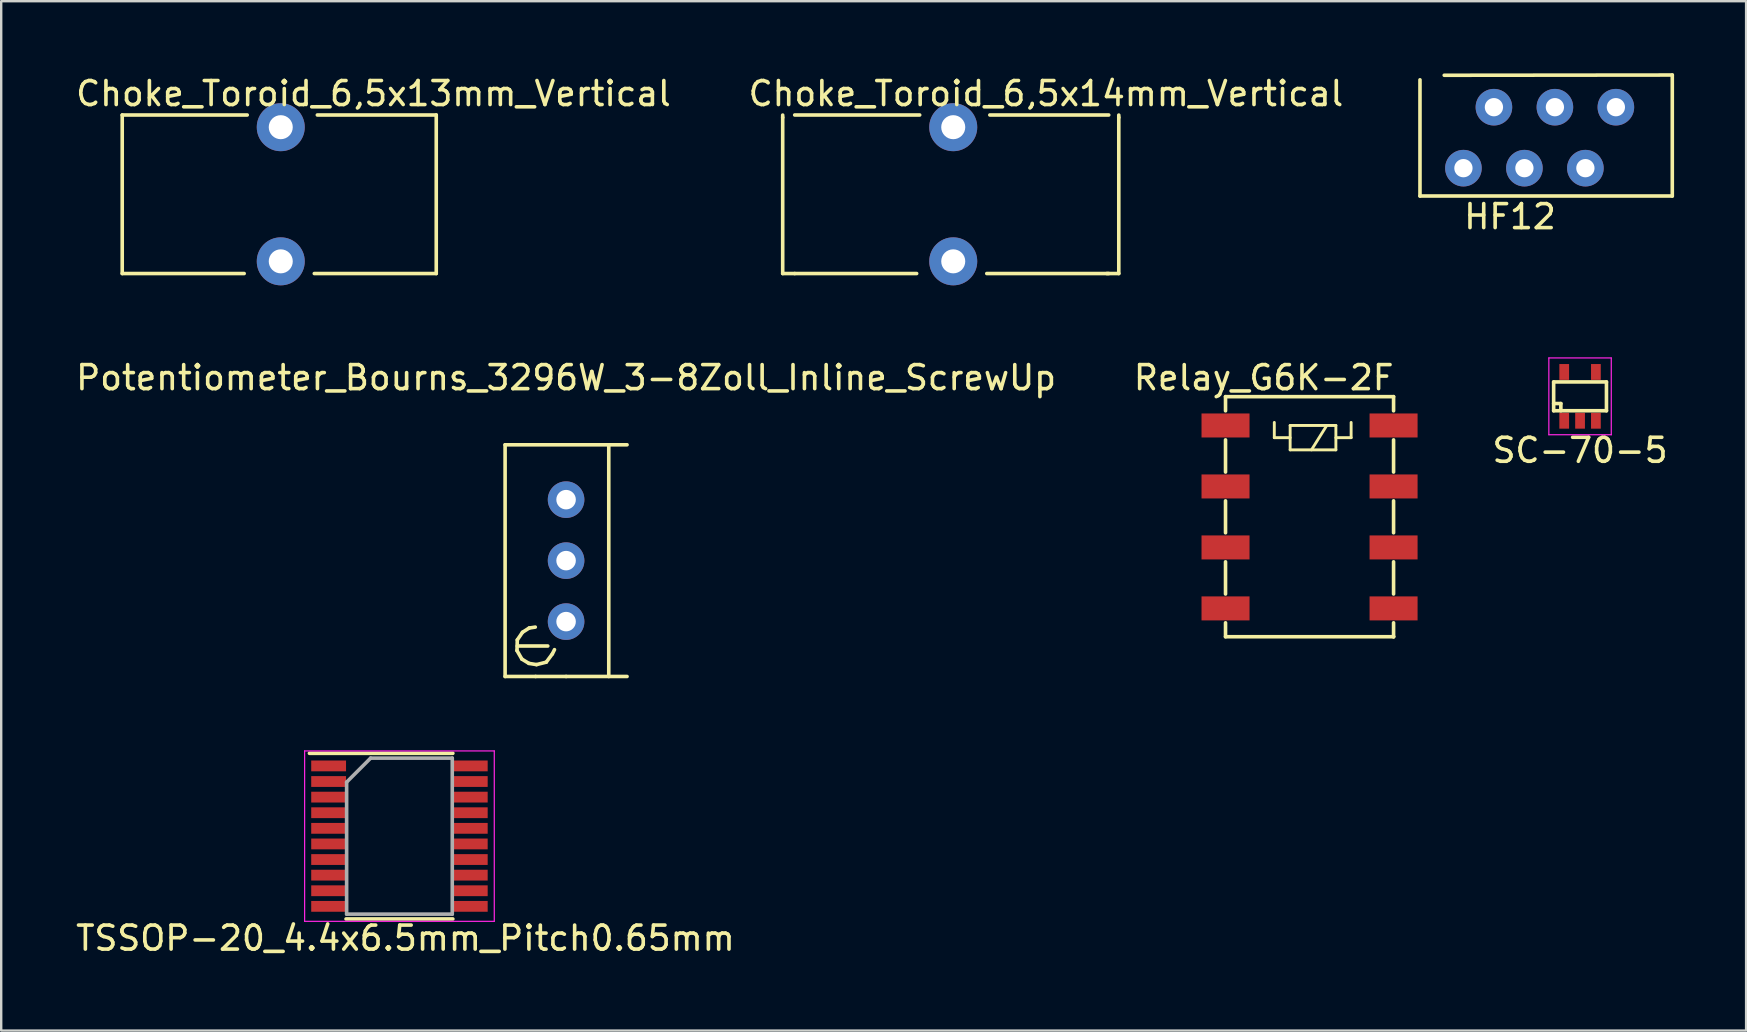
<source format=kicad_pcb>
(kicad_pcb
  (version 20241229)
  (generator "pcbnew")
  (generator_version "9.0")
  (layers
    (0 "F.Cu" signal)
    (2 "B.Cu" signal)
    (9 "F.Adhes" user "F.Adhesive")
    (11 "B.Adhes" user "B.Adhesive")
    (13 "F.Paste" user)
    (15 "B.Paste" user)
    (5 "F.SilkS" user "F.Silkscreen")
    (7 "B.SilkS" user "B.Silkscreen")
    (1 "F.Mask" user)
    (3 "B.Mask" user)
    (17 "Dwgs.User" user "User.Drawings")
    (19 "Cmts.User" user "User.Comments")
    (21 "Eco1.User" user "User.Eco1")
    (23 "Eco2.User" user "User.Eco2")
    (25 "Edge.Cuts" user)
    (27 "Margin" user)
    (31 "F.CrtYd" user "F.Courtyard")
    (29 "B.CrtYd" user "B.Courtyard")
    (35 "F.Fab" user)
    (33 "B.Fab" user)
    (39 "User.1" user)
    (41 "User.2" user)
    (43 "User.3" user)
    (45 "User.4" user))
  (footprint "Potentiometer_Bourns_3296W_3-8Zoll_Inline_ScrewUp"
    (layer "F.Cu")
    (at 20.53 22.843)
    (property "Reference" "Potentiometer_Bourns_3296W_3-8Zoll_Inline_ScrewUp" (at 0 -10.16 0) (layer "F.SilkS") (effects (font (size 1 1) (thickness 0.15))))
    (attr through_hole)
    (fp_line (start -2.54 -7.366) (end 2.54 -7.366) (stroke (width 0.15) (type solid)) (layer "F.SilkS"))
    (fp_line (start -2.54 2.286) (end -2.54 -7.366) (stroke (width 0.15) (type solid)) (layer "F.SilkS"))
    (fp_line (start -2.045 1.206) (end -1.841 1.562) (stroke (width 0.15) (type solid)) (layer "F.SilkS"))
    (fp_line (start -2.032 0.762) (end -2.045 1.206) (stroke (width 0.15) (type solid)) (layer "F.SilkS"))
    (fp_line (start -2.032 1.016) (end -0.762 1.016) (stroke (width 0.15) (type solid)) (layer "F.SilkS"))
    (fp_line (start -1.841 1.562) (end -1.549 1.74) (stroke (width 0.15) (type solid)) (layer "F.SilkS"))
    (fp_line (start -1.816 0.445) (end -2.032 0.762) (stroke (width 0.15) (type solid)) (layer "F.SilkS"))
    (fp_line (start -1.549 1.74) (end -1.232 1.791) (stroke (width 0.15) (type solid)) (layer "F.SilkS"))
    (fp_line (start -1.537 0.267) (end -1.816 0.445) (stroke (width 0.15) (type solid)) (layer "F.SilkS"))
    (fp_line (start -1.283 0.229) (end -1.537 0.267) (stroke (width 0.15) (type solid)) (layer "F.SilkS"))
    (fp_line (start -1.27 2.286) (end -2.54 2.286) (stroke (width 0.15) (type solid)) (layer "F.SilkS"))
    (fp_line (start -1.232 1.791) (end -0.826 1.689) (stroke (width 0.15) (type solid)) (layer "F.SilkS"))
    (fp_line (start -0.826 1.689) (end -0.572 1.346) (stroke (width 0.15) (type solid)) (layer "F.SilkS"))
    (fp_line (start -0.572 1.346) (end -0.483 1.168) (stroke (width 0.15) (type solid)) (layer "F.SilkS"))
    (fp_line (start 0 2.286) (end -1.27 2.286) (stroke (width 0.15) (type solid)) (layer "F.SilkS"))
    (fp_line (start 1.778 -7.366) (end 1.778 2.286) (stroke (width 0.15) (type solid)) (layer "F.SilkS"))
    (fp_line (start 2.54 2.286) (end 0 2.286) (stroke (width 0.15) (type solid)) (layer "F.SilkS"))
    (pad "1" thru_hole circle (at 0 0) (size 1.524 1.524) (drill 0.813) (layers "*.Cu" "*.Mask"))
    (pad "2" thru_hole circle (at 0 -2.54) (size 1.524 1.524) (drill 0.813) (layers "*.Cu" "*.Mask"))
    (pad "3" thru_hole circle (at 0 -5.08) (size 1.524 1.524) (drill 0.813) (layers "*.Cu" "*.Mask")))
  (footprint "Choke_Toroid_6,5x13mm_Vertical"
    (layer "F.Cu")
    (at 2.041 8.344)
    (property "Reference" "Choke_Toroid_6,5x13mm_Vertical" (at 10.465 -7.495 0) (layer "F.SilkS") (effects (font (size 1 1) (thickness 0.15))))
    (attr through_hole)
    (fp_line (start 0 -6.604) (end 0 0) (stroke (width 0.15) (type solid)) (layer "F.SilkS"))
    (fp_line (start 0 -6.604) (end 5.207 -6.604) (stroke (width 0.15) (type solid)) (layer "F.SilkS"))
    (fp_line (start 0 0) (end 5.08 0) (stroke (width 0.15) (type solid)) (layer "F.SilkS"))
    (fp_line (start 13.081 -6.604) (end 8.128 -6.604) (stroke (width 0.15) (type solid)) (layer "F.SilkS"))
    (fp_line (start 13.081 0) (end 8.001 0) (stroke (width 0.15) (type solid)) (layer "F.SilkS"))
    (fp_line (start 13.081 0) (end 13.081 -6.604) (stroke (width 0.15) (type solid)) (layer "F.SilkS"))
    (pad "1" thru_hole circle (at 6.604 -0.508) (size 1.999 1.999) (drill 1.001) (layers "*.Cu" "*.Mask"))
    (pad "2" thru_hole circle (at 6.604 -6.096) (size 1.999 1.999) (drill 1.001) (layers "*.Cu" "*.Mask")))
  (footprint "TSSOP-20_4.4x6.5mm_Pitch0.65mm"
    (layer "F.Cu")
    (at 13.589 31.779)
    (property "Reference" "TSSOP-20_4.4x6.5mm_Pitch0.65mm" (at 0.25 4.25 0) (layer "F.SilkS") (effects (font (size 1 1) (thickness 0.15))))
    (attr smd)
    (fp_line (start -3.75 -3.45) (end 2.225 -3.45) (stroke (width 0.15) (type solid)) (layer "F.SilkS"))
    (fp_line (start -2.225 3.45) (end 2.225 3.45) (stroke (width 0.15) (type solid)) (layer "F.SilkS"))
    (fp_line (start -3.95 -3.55) (end -3.95 3.55) (stroke (width 0.05) (type solid)) (layer "F.CrtYd"))
    (fp_line (start -3.95 -3.55) (end 3.95 -3.55) (stroke (width 0.05) (type solid)) (layer "F.CrtYd"))
    (fp_line (start -3.95 3.55) (end 3.95 3.55) (stroke (width 0.05) (type solid)) (layer "F.CrtYd"))
    (fp_line (start 3.95 -3.55) (end 3.95 3.55) (stroke (width 0.05) (type solid)) (layer "F.CrtYd"))
    (fp_line (start -2.2 -2.25) (end -1.2 -3.25) (stroke (width 0.15) (type solid)) (layer "F.Fab"))
    (fp_line (start -2.2 3.25) (end -2.2 -2.25) (stroke (width 0.15) (type solid)) (layer "F.Fab"))
    (fp_line (start -1.2 -3.25) (end 2.2 -3.25) (stroke (width 0.15) (type solid)) (layer "F.Fab"))
    (fp_line (start 2.2 -3.25) (end 2.2 3.25) (stroke (width 0.15) (type solid)) (layer "F.Fab"))
    (fp_line (start 2.2 3.25) (end -2.2 3.25) (stroke (width 0.15) (type solid)) (layer "F.Fab"))
    (pad "1" smd rect (at -2.95 -2.925) (size 1.45 0.45) (layers "F.Cu" "F.Mask" "F.Paste"))
    (pad "2" smd rect (at -2.95 -2.275) (size 1.45 0.45) (layers "F.Cu" "F.Mask" "F.Paste"))
    (pad "3" smd rect (at -2.95 -1.625) (size 1.45 0.45) (layers "F.Cu" "F.Mask" "F.Paste"))
    (pad "4" smd rect (at -2.95 -0.975) (size 1.45 0.45) (layers "F.Cu" "F.Mask" "F.Paste"))
    (pad "5" smd rect (at -2.95 -0.325) (size 1.45 0.45) (layers "F.Cu" "F.Mask" "F.Paste"))
    (pad "6" smd rect (at -2.95 0.325) (size 1.45 0.45) (layers "F.Cu" "F.Mask" "F.Paste"))
    (pad "7" smd rect (at -2.95 0.975) (size 1.45 0.45) (layers "F.Cu" "F.Mask" "F.Paste"))
    (pad "8" smd rect (at -2.95 1.625) (size 1.45 0.45) (layers "F.Cu" "F.Mask" "F.Paste"))
    (pad "9" smd rect (at -2.95 2.275) (size 1.45 0.45) (layers "F.Cu" "F.Mask" "F.Paste"))
    (pad "10" smd rect (at -2.95 2.925) (size 1.45 0.45) (layers "F.Cu" "F.Mask" "F.Paste"))
    (pad "11" smd rect (at 2.95 2.925) (size 1.45 0.45) (layers "F.Cu" "F.Mask" "F.Paste"))
    (pad "12" smd rect (at 2.95 2.275) (size 1.45 0.45) (layers "F.Cu" "F.Mask" "F.Paste"))
    (pad "13" smd rect (at 2.95 1.625) (size 1.45 0.45) (layers "F.Cu" "F.Mask" "F.Paste"))
    (pad "14" smd rect (at 2.95 0.975) (size 1.45 0.45) (layers "F.Cu" "F.Mask" "F.Paste"))
    (pad "15" smd rect (at 2.95 0.325) (size 1.45 0.45) (layers "F.Cu" "F.Mask" "F.Paste"))
    (pad "16" smd rect (at 2.95 -0.325) (size 1.45 0.45) (layers "F.Cu" "F.Mask" "F.Paste"))
    (pad "17" smd rect (at 2.95 -0.975) (size 1.45 0.45) (layers "F.Cu" "F.Mask" "F.Paste"))
    (pad "18" smd rect (at 2.95 -1.625) (size 1.45 0.45) (layers "F.Cu" "F.Mask" "F.Paste"))
    (pad "19" smd rect (at 2.95 -2.275) (size 1.45 0.45) (layers "F.Cu" "F.Mask" "F.Paste"))
    (pad "20" smd rect (at 2.95 -2.925) (size 1.45 0.45) (layers "F.Cu" "F.Mask" "F.Paste")))
  (footprint "Relay_G6K-2F"
    (layer "F.Cu")
    (at 47.999 14.673)
    (property "Reference" "Relay_G6K-2F" (at 1.59 -1.99 0) (layer "F.SilkS") (effects (font (size 1 1) (thickness 0.15))))
    (attr through_hole)
    (fp_line (start 0 -1.2) (end 7 -1.2) (stroke (width 0.15) (type solid)) (layer "F.SilkS"))
    (fp_line (start 0 -0.61) (end 0 -1.2) (stroke (width 0.15) (type solid)) (layer "F.SilkS"))
    (fp_line (start 0 0.6) (end 0 1.94) (stroke (width 0.15) (type solid)) (layer "F.SilkS"))
    (fp_line (start 0 3.14) (end 0 4.47) (stroke (width 0.15) (type solid)) (layer "F.SilkS"))
    (fp_line (start 0 5.68) (end 0 7.02) (stroke (width 0.15) (type solid)) (layer "F.SilkS"))
    (fp_line (start 0 8.22) (end 0 8.8) (stroke (width 0.15) (type solid)) (layer "F.SilkS"))
    (fp_line (start 2.032 -0.127) (end 2.032 0.508) (stroke (width 0.12) (type solid)) (layer "F.SilkS"))
    (fp_line (start 2.032 0.508) (end 2.692 0.508) (stroke (width 0.12) (type solid)) (layer "F.SilkS"))
    (fp_line (start 2.692 0) (end 2.692 1.016) (stroke (width 0.12) (type solid)) (layer "F.SilkS"))
    (fp_line (start 2.692 1.016) (end 4.597 1.016) (stroke (width 0.12) (type solid)) (layer "F.SilkS"))
    (fp_line (start 4.216 0) (end 3.581 1.016) (stroke (width 0.12) (type solid)) (layer "F.SilkS"))
    (fp_line (start 4.597 0) (end 2.692 0) (stroke (width 0.12) (type solid)) (layer "F.SilkS"))
    (fp_line (start 4.597 0) (end 4.597 1.016) (stroke (width 0.12) (type solid)) (layer "F.SilkS"))
    (fp_line (start 5.232 -0.127) (end 5.232 0.508) (stroke (width 0.12) (type solid)) (layer "F.SilkS"))
    (fp_line (start 5.232 0.508) (end 4.597 0.508) (stroke (width 0.12) (type solid)) (layer "F.SilkS"))
    (fp_line (start 7 -1.2) (end 7 -0.61) (stroke (width 0.15) (type solid)) (layer "F.SilkS"))
    (fp_line (start 7 0.6) (end 7 1.94) (stroke (width 0.15) (type solid)) (layer "F.SilkS"))
    (fp_line (start 7 3.14) (end 7 4.47) (stroke (width 0.15) (type solid)) (layer "F.SilkS"))
    (fp_line (start 7 5.68) (end 7 7.02) (stroke (width 0.15) (type solid)) (layer "F.SilkS"))
    (fp_line (start 7 8.22) (end 7 8.8) (stroke (width 0.15) (type solid)) (layer "F.SilkS"))
    (fp_line (start 7 8.8) (end 0 8.8) (stroke (width 0.15) (type solid)) (layer "F.SilkS"))
    (fp_line (start 7 8.8) (end 7 8.79) (stroke (width 0.15) (type solid)) (layer "F.SilkS"))
    (pad "1" smd rect (at 7 0) (size 2 1) (layers "F.Cu" "F.Mask" "F.Paste"))
    (pad "2" smd rect (at 7 2.54) (size 2 1) (layers "F.Cu" "F.Mask" "F.Paste"))
    (pad "3" smd rect (at 7 5.08) (size 2 1) (layers "F.Cu" "F.Mask" "F.Paste"))
    (pad "4" smd rect (at 7 7.62) (size 2 1) (layers "F.Cu" "F.Mask" "F.Paste"))
    (pad "5" smd rect (at 0 7.62) (size 2 1) (layers "F.Cu" "F.Mask" "F.Paste"))
    (pad "6" smd rect (at 0 5.08) (size 2 1) (layers "F.Cu" "F.Mask" "F.Paste"))
    (pad "7" smd rect (at 0 2.54) (size 2 1) (layers "F.Cu" "F.Mask" "F.Paste"))
    (pad "8" smd rect (at 0 0) (size 2 1) (layers "F.Cu" "F.Mask" "F.Paste")))
  (footprint "Choke_Toroid_6,5x14mm_Vertical"
    (layer "F.Cu")
    (at 29.553 8.344)
    (property "Reference" "Choke_Toroid_6,5x14mm_Vertical" (at 10.965 -7.495 0) (layer "F.SilkS") (effects (font (size 1 1) (thickness 0.15))))
    (attr through_hole)
    (fp_line (start 0 -6.6) (end 0 -6.5) (stroke (width 0.15) (type solid)) (layer "F.SilkS"))
    (fp_line (start 0 0) (end 0 -6.5) (stroke (width 0.15) (type solid)) (layer "F.SilkS"))
    (fp_line (start 0.5 -6.604) (end 5.707 -6.604) (stroke (width 0.15) (type solid)) (layer "F.SilkS"))
    (fp_line (start 0.5 0) (end 0 0) (stroke (width 0.15) (type solid)) (layer "F.SilkS"))
    (fp_line (start 0.5 0) (end 5.58 0) (stroke (width 0.15) (type solid)) (layer "F.SilkS"))
    (fp_line (start 13.581 -6.604) (end 8.628 -6.604) (stroke (width 0.15) (type solid)) (layer "F.SilkS"))
    (fp_line (start 13.581 0) (end 8.501 0) (stroke (width 0.15) (type solid)) (layer "F.SilkS"))
    (fp_line (start 14 -6.5) (end 14 -6.6) (stroke (width 0.15) (type solid)) (layer "F.SilkS"))
    (fp_line (start 14 -6.5) (end 14 0) (stroke (width 0.15) (type solid)) (layer "F.SilkS"))
    (fp_line (start 14 0) (end 13.5 0) (stroke (width 0.15) (type solid)) (layer "F.SilkS"))
    (pad "1" thru_hole circle (at 7.104 -0.508) (size 1.999 1.999) (drill 1.001) (layers "*.Cu" "*.Mask"))
    (pad "2" thru_hole circle (at 7.104 -6.096) (size 1.999 1.999) (drill 1.001) (layers "*.Cu" "*.Mask")))
  (footprint "SC-70-5"
    (layer "F.Cu")
    (at 62.767 13.46)
    (property "Reference" "SC-70-5" (at 0 2.25 0) (layer "F.SilkS") (effects (font (size 1 1) (thickness 0.15))))
    (attr smd)
    (fp_line (start -1.1 -0.6) (end -1.1 0.6) (stroke (width 0.15) (type solid)) (layer "F.SilkS"))
    (fp_line (start -1.1 0.3) (end -0.8 0.3) (stroke (width 0.15) (type solid)) (layer "F.SilkS"))
    (fp_line (start -1.1 0.6) (end 1.1 0.6) (stroke (width 0.15) (type solid)) (layer "F.SilkS"))
    (fp_line (start -0.8 0.3) (end -0.8 0.6) (stroke (width 0.15) (type solid)) (layer "F.SilkS"))
    (fp_line (start 1.1 -0.6) (end -1.1 -0.6) (stroke (width 0.15) (type solid)) (layer "F.SilkS"))
    (fp_line (start 1.1 0.6) (end 1.1 -0.6) (stroke (width 0.15) (type solid)) (layer "F.SilkS"))
    (fp_line (start -1.3 -1.6) (end 1.3 -1.6) (stroke (width 0.05) (type solid)) (layer "F.CrtYd"))
    (fp_line (start -1.3 1.6) (end -1.3 -1.6) (stroke (width 0.05) (type solid)) (layer "F.CrtYd"))
    (fp_line (start 1.3 -1.6) (end 1.3 1.6) (stroke (width 0.05) (type solid)) (layer "F.CrtYd"))
    (fp_line (start 1.3 1.6) (end -1.3 1.6) (stroke (width 0.05) (type solid)) (layer "F.CrtYd"))
    (pad "1" smd rect (at -0.66 1.016) (size 0.406 0.66) (layers "F.Cu" "F.Mask" "F.Paste"))
    (pad "2" smd rect (at 0 1.016) (size 0.406 0.66) (layers "F.Cu" "F.Mask" "F.Paste"))
    (pad "3" smd rect (at 0.66 1.016) (size 0.406 0.66) (layers "F.Cu" "F.Mask" "F.Paste"))
    (pad "4" smd rect (at 0.66 -1.016) (size 0.406 0.66) (layers "F.Cu" "F.Mask" "F.Paste"))
    (pad "5" smd rect (at -0.66 -1.016) (size 0.406 0.66) (layers "F.Cu" "F.Mask" "F.Paste")))
  (footprint "HF12"
    (layer "F.Cu")
    (at 57.909 3.955)
    (property "Reference" "HF12" (at 1.94 2.02 0) (layer "F.SilkS") (effects (font (size 1 1) (thickness 0.15))))
    (attr through_hole)
    (fp_line (start -1.81 1.16) (end -1.81 -3.68) (stroke (width 0.15) (type solid)) (layer "F.SilkS"))
    (fp_line (start -0.8 -3.87) (end 8.7 -3.88) (stroke (width 0.15) (type solid)) (layer "F.SilkS"))
    (fp_line (start 8.7 -3.88) (end 8.7 1.16) (stroke (width 0.15) (type solid)) (layer "F.SilkS"))
    (fp_line (start 8.7 1.16) (end -1.81 1.16) (stroke (width 0.15) (type solid)) (layer "F.SilkS"))
    (pad "1" thru_hole circle (at 0 0) (size 1.524 1.524) (drill 0.762) (layers "*.Cu" "*.Mask"))
    (pad "2" thru_hole circle (at 1.27 -2.54) (size 1.524 1.524) (drill 0.762) (layers "*.Cu" "*.Mask"))
    (pad "3" thru_hole circle (at 2.54 0) (size 1.524 1.524) (drill 0.762) (layers "*.Cu" "*.Mask"))
    (pad "4" thru_hole circle (at 3.81 -2.54) (size 1.524 1.524) (drill 0.762) (layers "*.Cu" "*.Mask"))
    (pad "5" thru_hole circle (at 5.08 0) (size 1.524 1.524) (drill 0.762) (layers "*.Cu" "*.Mask"))
    (pad "6" thru_hole circle (at 6.35 -2.54) (size 1.524 1.524) (drill 0.762) (layers "*.Cu" "*.Mask")))
  (gr_rect
    (start -3 -3)
    (end 69.684 39.878)
    (stroke (width 0.1) (type default))
    (fill no)
    (layer "Edge.Cuts")))
</source>
